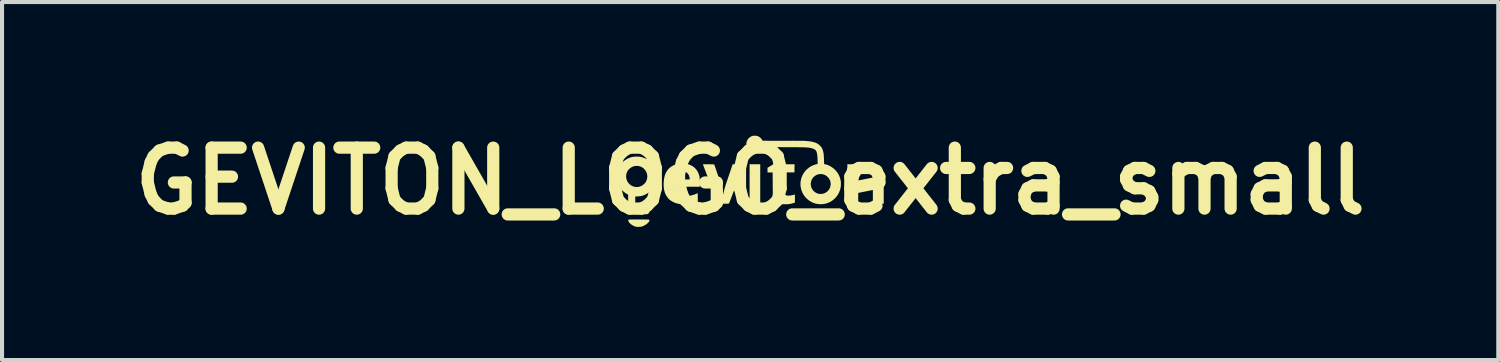
<source format=kicad_pcb>
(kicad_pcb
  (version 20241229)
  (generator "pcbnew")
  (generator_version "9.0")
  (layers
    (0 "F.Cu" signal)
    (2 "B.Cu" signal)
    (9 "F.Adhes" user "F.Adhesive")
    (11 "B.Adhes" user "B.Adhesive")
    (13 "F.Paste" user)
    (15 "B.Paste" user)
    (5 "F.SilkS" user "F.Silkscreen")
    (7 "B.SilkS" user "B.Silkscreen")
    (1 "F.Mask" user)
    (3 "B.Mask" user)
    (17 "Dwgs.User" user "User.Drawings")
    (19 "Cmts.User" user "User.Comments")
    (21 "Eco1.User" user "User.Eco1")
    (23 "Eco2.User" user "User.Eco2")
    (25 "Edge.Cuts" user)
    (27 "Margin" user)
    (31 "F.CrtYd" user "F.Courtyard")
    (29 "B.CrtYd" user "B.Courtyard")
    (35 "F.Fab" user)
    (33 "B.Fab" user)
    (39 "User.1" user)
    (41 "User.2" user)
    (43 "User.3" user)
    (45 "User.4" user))
  (footprint "GEVITON_LOGO_extra_small"
    (layer "F.Cu")
    (at 15.407 1.404)
    (property "Reference" "GEVITON_LOGO_extra_small" (at 0 0 0) (layer "F.SilkS") (effects (font (size 1.5 1.5) (thickness 0.3))))
    (attr board_only exclude_from_pos_files exclude_from_bom)
    (fp_poly (pts (xy 0.248 0.073) (xy 0.248 0.558) (xy 0.117 0.558) (xy -0.014 0.558) (xy -0.014 0.073) (xy -0.014 -0.413) (xy 0.117 -0.413) (xy 0.248 -0.413)) (stroke (width 0) (type solid)) (fill yes) (layer "F.SilkS"))
    (fp_poly (pts (xy -2.819 0.945) (xy -2.766 0.945) (xy -2.748 0.945) (xy -2.701 0.946) (xy -2.657 0.946) (xy -2.616 0.946) (xy -2.58 0.947) (xy -2.548 0.947) (xy -2.524 0.948) (xy -2.506 0.948) (xy -2.497 0.949) (xy -2.496 0.949) (xy -2.483 0.954) (xy -2.477 0.964) (xy -2.479 0.979) (xy -2.485 0.991) (xy -2.499 1.014) (xy -2.522 1.037) (xy -2.55 1.06) (xy -2.583 1.082) (xy -2.619 1.101) (xy -2.65 1.114) (xy -2.669 1.12) (xy -2.688 1.124) (xy -2.709 1.126) (xy -2.735 1.128) (xy -2.759 1.128) (xy -2.781 1.128) (xy -2.798 1.126) (xy -2.806 1.125) (xy -2.848 1.112) (xy -2.891 1.091) (xy -2.933 1.063) (xy -2.941 1.056) (xy -2.968 1.031) (xy -2.987 1.007) (xy -2.998 0.984) (xy -2.999 0.977) (xy -3 0.97) (xy -3 0.964) (xy -3 0.959) (xy -2.997 0.955) (xy -2.992 0.952) (xy -2.983 0.949) (xy -2.97 0.948) (xy -2.952 0.946) (xy -2.929 0.946) (xy -2.899 0.945) (xy -2.863 0.945)) (stroke (width 0) (type solid)) (fill yes) (layer "F.SilkS"))
    (fp_poly (pts (xy 0.82 -0.516) (xy 0.82 -0.413) (xy 0.956 -0.413) (xy 1.093 -0.413) (xy 1.091 -0.313) (xy 1.09 -0.213) (xy 0.955 -0.212) (xy 0.82 -0.211) (xy 0.821 0.036) (xy 0.821 0.091) (xy 0.821 0.137) (xy 0.821 0.176) (xy 0.821 0.207) (xy 0.821 0.232) (xy 0.822 0.252) (xy 0.823 0.268) (xy 0.824 0.279) (xy 0.825 0.288) (xy 0.826 0.295) (xy 0.828 0.3) (xy 0.829 0.303) (xy 0.845 0.327) (xy 0.868 0.344) (xy 0.897 0.355) (xy 0.933 0.36) (xy 0.976 0.358) (xy 1.026 0.35) (xy 1.049 0.344) (xy 1.069 0.339) (xy 1.085 0.336) (xy 1.095 0.333) (xy 1.098 0.333) (xy 1.099 0.337) (xy 1.1 0.35) (xy 1.101 0.369) (xy 1.101 0.393) (xy 1.102 0.421) (xy 1.102 0.431) (xy 1.102 0.528) (xy 1.084 0.536) (xy 1.062 0.544) (xy 1.034 0.552) (xy 1.002 0.559) (xy 0.972 0.565) (xy 0.96 0.567) (xy 0.937 0.569) (xy 0.908 0.571) (xy 0.877 0.571) (xy 0.844 0.571) (xy 0.814 0.57) (xy 0.789 0.569) (xy 0.775 0.567) (xy 0.747 0.56) (xy 0.717 0.551) (xy 0.69 0.54) (xy 0.667 0.528) (xy 0.664 0.526) (xy 0.631 0.497) (xy 0.602 0.461) (xy 0.58 0.419) (xy 0.564 0.375) (xy 0.563 0.368) (xy 0.561 0.359) (xy 0.56 0.349) (xy 0.559 0.336) (xy 0.558 0.319) (xy 0.557 0.298) (xy 0.557 0.272) (xy 0.556 0.24) (xy 0.556 0.201) (xy 0.555 0.156) (xy 0.555 0.101) (xy 0.555 0.067) (xy 0.553 -0.211) (xy 0.49 -0.211) (xy 0.427 -0.211) (xy 0.427 -0.268) (xy 0.427 -0.326) (xy 0.499 -0.37) (xy 0.571 -0.414) (xy 0.588 -0.456) (xy 0.596 -0.478) (xy 0.606 -0.505) (xy 0.617 -0.534) (xy 0.626 -0.559) (xy 0.649 -0.619) (xy 0.735 -0.619) (xy 0.82 -0.619)) (stroke (width 0) (type solid)) (fill yes) (layer "F.SilkS"))
    (fp_poly (pts (xy 2.988 -0.428) (xy 3.026 -0.423) (xy 3.052 -0.418) (xy 3.106 -0.399) (xy 3.153 -0.375) (xy 3.192 -0.344) (xy 3.225 -0.307) (xy 3.251 -0.265) (xy 3.261 -0.241) (xy 3.265 -0.229) (xy 3.269 -0.216) (xy 3.273 -0.204) (xy 3.276 -0.19) (xy 3.278 -0.175) (xy 3.28 -0.157) (xy 3.282 -0.136) (xy 3.283 -0.111) (xy 3.284 -0.082) (xy 3.285 -0.047) (xy 3.286 -0.007) (xy 3.286 0.041) (xy 3.286 0.095) (xy 3.286 0.158) (xy 3.286 0.217) (xy 3.286 0.558) (xy 3.153 0.558) (xy 3.019 0.558) (xy 3.019 0.251) (xy 3.019 0.188) (xy 3.019 0.134) (xy 3.019 0.088) (xy 3.019 0.049) (xy 3.018 0.017) (xy 3.018 -0.01) (xy 3.017 -0.032) (xy 3.016 -0.049) (xy 3.015 -0.063) (xy 3.014 -0.074) (xy 3.013 -0.083) (xy 3.012 -0.09) (xy 3 -0.13) (xy 2.983 -0.162) (xy 2.962 -0.186) (xy 2.935 -0.203) (xy 2.903 -0.212) (xy 2.864 -0.216) (xy 2.862 -0.216) (xy 2.818 -0.212) (xy 2.779 -0.202) (xy 2.747 -0.185) (xy 2.72 -0.16) (xy 2.699 -0.128) (xy 2.687 -0.103) (xy 2.682 -0.09) (xy 2.678 -0.077) (xy 2.674 -0.065) (xy 2.671 -0.052) (xy 2.668 -0.037) (xy 2.666 -0.02) (xy 2.664 0.000036) (xy 2.663 0.024) (xy 2.662 0.053) (xy 2.661 0.087) (xy 2.661 0.128) (xy 2.66 0.176) (xy 2.66 0.231) (xy 2.659 0.275) (xy 2.658 0.558) (xy 2.524 0.558) (xy 2.391 0.558) (xy 2.391 0.073) (xy 2.391 -0.413) (xy 2.493 -0.413) (xy 2.596 -0.413) (xy 2.604 -0.383) (xy 2.613 -0.351) (xy 2.62 -0.326) (xy 2.626 -0.309) (xy 2.63 -0.298) (xy 2.634 -0.292) (xy 2.637 -0.291) (xy 2.643 -0.294) (xy 2.652 -0.303) (xy 2.656 -0.308) (xy 2.686 -0.342) (xy 2.719 -0.369) (xy 2.758 -0.391) (xy 2.804 -0.41) (xy 2.833 -0.418) (xy 2.866 -0.425) (xy 2.905 -0.428) (xy 2.947 -0.429)) (stroke (width 0) (type solid)) (fill yes) (layer "F.SilkS"))
    (fp_poly (pts (xy -1.044 -0.413) (xy -1.013 -0.412) (xy -0.982 -0.412) (xy -0.954 -0.411) (xy -0.928 -0.411) (xy -0.907 -0.41) (xy -0.892 -0.409) (xy -0.885 -0.409) (xy -0.884 -0.408) (xy -0.882 -0.403) (xy -0.877 -0.39) (xy -0.87 -0.37) (xy -0.861 -0.344) (xy -0.85 -0.312) (xy -0.838 -0.276) (xy -0.825 -0.237) (xy -0.811 -0.196) (xy -0.796 -0.153) (xy -0.781 -0.109) (xy -0.766 -0.066) (xy -0.752 -0.024) (xy -0.739 0.016) (xy -0.726 0.053) (xy -0.715 0.086) (xy -0.712 0.095) (xy -0.691 0.163) (xy -0.676 0.226) (xy -0.665 0.285) (xy -0.663 0.305) (xy -0.66 0.32) (xy -0.658 0.327) (xy -0.655 0.324) (xy -0.653 0.314) (xy -0.652 0.298) (xy -0.65 0.275) (xy -0.644 0.243) (xy -0.635 0.206) (xy -0.623 0.162) (xy -0.608 0.114) (xy -0.6 0.089) (xy -0.585 0.044) (xy -0.569 -0.003) (xy -0.553 -0.052) (xy -0.536 -0.101) (xy -0.52 -0.149) (xy -0.504 -0.196) (xy -0.489 -0.239) (xy -0.476 -0.278) (xy -0.465 -0.312) (xy -0.455 -0.34) (xy -0.448 -0.36) (xy -0.447 -0.364) (xy -0.43 -0.413) (xy -0.292 -0.413) (xy -0.258 -0.412) (xy -0.226 -0.412) (xy -0.199 -0.412) (xy -0.177 -0.411) (xy -0.162 -0.41) (xy -0.155 -0.409) (xy -0.155 -0.409) (xy -0.156 -0.404) (xy -0.159 -0.394) (xy -0.165 -0.378) (xy -0.174 -0.355) (xy -0.185 -0.324) (xy -0.2 -0.285) (xy -0.203 -0.277) (xy -0.219 -0.233) (xy -0.237 -0.186) (xy -0.257 -0.136) (xy -0.277 -0.083) (xy -0.298 -0.028) (xy -0.319 0.028) (xy -0.341 0.084) (xy -0.362 0.14) (xy -0.383 0.196) (xy -0.404 0.249) (xy -0.423 0.301) (xy -0.442 0.35) (xy -0.459 0.395) (xy -0.474 0.435) (xy -0.488 0.471) (xy -0.499 0.5) (xy -0.508 0.524) (xy -0.515 0.54) (xy -0.518 0.549) (xy -0.518 0.55) (xy -0.52 0.552) (xy -0.523 0.554) (xy -0.529 0.555) (xy -0.539 0.556) (xy -0.553 0.557) (xy -0.573 0.558) (xy -0.6 0.558) (xy -0.635 0.558) (xy -0.657 0.558) (xy -0.792 0.558) (xy -0.797 0.547) (xy -0.801 0.537) (xy -0.808 0.521) (xy -0.816 0.5) (xy -0.825 0.477) (xy -0.834 0.453) (xy -0.843 0.43) (xy -0.85 0.411) (xy -0.856 0.396) (xy -0.858 0.389) (xy -0.861 0.38) (xy -0.867 0.364) (xy -0.874 0.345) (xy -0.878 0.335) (xy -0.888 0.309) (xy -0.901 0.277) (xy -0.915 0.24) (xy -0.93 0.199) (xy -0.948 0.154) (xy -0.966 0.107) (xy -0.984 0.058) (xy -1.004 0.007) (xy -1.023 -0.043) (xy -1.042 -0.094) (xy -1.061 -0.143) (xy -1.079 -0.19) (xy -1.096 -0.235) (xy -1.112 -0.277) (xy -1.126 -0.314) (xy -1.138 -0.346) (xy -1.148 -0.373) (xy -1.156 -0.393) (xy -1.161 -0.406) (xy -1.163 -0.411) (xy -1.163 -0.411) (xy -1.158 -0.412) (xy -1.146 -0.412) (xy -1.127 -0.413) (xy -1.103 -0.413) (xy -1.075 -0.413)) (stroke (width 0) (type solid)) (fill yes) (layer "F.SilkS"))
    (fp_poly (pts (xy -1.669 -0.428) (xy -1.624 -0.428) (xy -1.587 -0.425) (xy -1.553 -0.42) (xy -1.522 -0.412) (xy -1.49 -0.402) (xy -1.47 -0.393) (xy -1.419 -0.367) (xy -1.374 -0.334) (xy -1.334 -0.293) (xy -1.3 -0.246) (xy -1.273 -0.193) (xy -1.253 -0.135) (xy -1.252 -0.131) (xy -1.248 -0.117) (xy -1.246 -0.103) (xy -1.244 -0.088) (xy -1.242 -0.069) (xy -1.241 -0.046) (xy -1.24 -0.016) (xy -1.239 0.021) (xy -1.239 0.025) (xy -1.237 0.141) (xy -1.549 0.141) (xy -1.862 0.141) (xy -1.859 0.163) (xy -1.848 0.213) (xy -1.831 0.257) (xy -1.807 0.294) (xy -1.776 0.325) (xy -1.74 0.349) (xy -1.711 0.362) (xy -1.698 0.366) (xy -1.687 0.369) (xy -1.674 0.371) (xy -1.657 0.372) (xy -1.636 0.372) (xy -1.607 0.372) (xy -1.603 0.372) (xy -1.569 0.372) (xy -1.541 0.37) (xy -1.517 0.368) (xy -1.494 0.365) (xy -1.477 0.361) (xy -1.448 0.354) (xy -1.416 0.345) (xy -1.384 0.335) (xy -1.354 0.325) (xy -1.329 0.315) (xy -1.317 0.309) (xy -1.304 0.303) (xy -1.296 0.3) (xy -1.294 0.3) (xy -1.292 0.305) (xy -1.291 0.319) (xy -1.29 0.342) (xy -1.289 0.374) (xy -1.289 0.402) (xy -1.289 0.505) (xy -1.302 0.511) (xy -1.357 0.533) (xy -1.417 0.551) (xy -1.479 0.563) (xy -1.506 0.567) (xy -1.53 0.569) (xy -1.561 0.57) (xy -1.595 0.571) (xy -1.631 0.571) (xy -1.665 0.571) (xy -1.697 0.57) (xy -1.722 0.568) (xy -1.733 0.567) (xy -1.788 0.556) (xy -1.842 0.539) (xy -1.894 0.516) (xy -1.942 0.489) (xy -1.985 0.457) (xy -2.02 0.422) (xy -2.025 0.415) (xy -2.058 0.37) (xy -2.084 0.322) (xy -2.103 0.272) (xy -2.117 0.217) (xy -2.126 0.156) (xy -2.129 0.089) (xy -2.129 0.077) (xy -2.125 -0.001) (xy -2.12 -0.038) (xy -1.852 -0.038) (xy -1.669 -0.038) (xy -1.623 -0.038) (xy -1.585 -0.038) (xy -1.555 -0.038) (xy -1.531 -0.038) (xy -1.514 -0.039) (xy -1.501 -0.04) (xy -1.493 -0.041) (xy -1.489 -0.042) (xy -1.487 -0.044) (xy -1.486 -0.045) (xy -1.488 -0.064) (xy -1.492 -0.088) (xy -1.499 -0.113) (xy -1.506 -0.136) (xy -1.51 -0.144) (xy -1.529 -0.177) (xy -1.556 -0.204) (xy -1.588 -0.224) (xy -1.589 -0.224) (xy -1.601 -0.23) (xy -1.613 -0.233) (xy -1.626 -0.235) (xy -1.643 -0.236) (xy -1.666 -0.237) (xy -1.669 -0.237) (xy -1.693 -0.236) (xy -1.71 -0.236) (xy -1.723 -0.234) (xy -1.735 -0.23) (xy -1.747 -0.225) (xy -1.749 -0.224) (xy -1.774 -0.208) (xy -1.799 -0.186) (xy -1.819 -0.161) (xy -1.828 -0.146) (xy -1.836 -0.127) (xy -1.843 -0.104) (xy -1.849 -0.079) (xy -1.852 -0.058) (xy -1.852 -0.053) (xy -1.852 -0.038) (xy -2.12 -0.038) (xy -2.115 -0.074) (xy -2.099 -0.139) (xy -2.076 -0.199) (xy -2.045 -0.251) (xy -2.009 -0.298) (xy -1.965 -0.338) (xy -1.915 -0.371) (xy -1.863 -0.397) (xy -1.829 -0.409) (xy -1.795 -0.418) (xy -1.759 -0.424) (xy -1.718 -0.427) (xy -1.67 -0.428)) (stroke (width 0) (type solid)) (fill yes) (layer "F.SilkS"))
    (fp_poly (pts (xy -2.323 -0.607) (xy -2.313 -0.603) (xy -2.312 -0.603) (xy -2.29 -0.586) (xy -2.275 -0.565) (xy -2.268 -0.54) (xy -2.27 -0.514) (xy -2.275 -0.498) (xy -2.285 -0.484) (xy -2.3 -0.471) (xy -2.321 -0.459) (xy -2.351 -0.447) (xy -2.356 -0.445) (xy -2.376 -0.437) (xy -2.393 -0.431) (xy -2.404 -0.426) (xy -2.408 -0.425) (xy -2.407 -0.42) (xy -2.4 -0.41) (xy -2.391 -0.396) (xy -2.382 -0.382) (xy -2.349 -0.324) (xy -2.325 -0.264) (xy -2.309 -0.203) (xy -2.301 -0.141) (xy -2.302 -0.079) (xy -2.31 -0.017) (xy -2.325 0.043) (xy -2.348 0.1) (xy -2.378 0.154) (xy -2.415 0.205) (xy -2.459 0.251) (xy -2.509 0.291) (xy -2.565 0.325) (xy -2.576 0.331) (xy -2.621 0.351) (xy -2.664 0.365) (xy -2.707 0.373) (xy -2.754 0.378) (xy -2.765 0.379) (xy -2.827 0.381) (xy -2.827 0.521) (xy -2.827 0.661) (xy -2.683 0.661) (xy -2.642 0.661) (xy -2.609 0.661) (xy -2.584 0.661) (xy -2.565 0.662) (xy -2.551 0.663) (xy -2.54 0.664) (xy -2.532 0.666) (xy -2.525 0.668) (xy -2.519 0.671) (xy -2.517 0.672) (xy -2.499 0.684) (xy -2.486 0.702) (xy -2.486 0.703) (xy -2.477 0.729) (xy -2.477 0.754) (xy -2.485 0.777) (xy -2.5 0.796) (xy -2.522 0.81) (xy -2.539 0.816) (xy -2.548 0.817) (xy -2.565 0.818) (xy -2.589 0.818) (xy -2.619 0.819) (xy -2.652 0.819) (xy -2.689 0.82) (xy -2.727 0.82) (xy -2.766 0.82) (xy -2.804 0.819) (xy -2.839 0.819) (xy -2.872 0.819) (xy -2.899 0.818) (xy -2.92 0.817) (xy -2.934 0.816) (xy -2.939 0.816) (xy -2.963 0.805) (xy -2.984 0.787) (xy -2.988 0.781) (xy -2.991 0.778) (xy -2.993 0.774) (xy -2.994 0.768) (xy -2.995 0.761) (xy -2.996 0.75) (xy -2.997 0.735) (xy -2.998 0.715) (xy -2.999 0.69) (xy -2.999 0.658) (xy -3 0.619) (xy -3 0.571) (xy -3 0.552) (xy -3.003 0.337) (xy -3.024 0.325) (xy -3.083 0.287) (xy -3.135 0.243) (xy -3.18 0.194) (xy -3.217 0.14) (xy -3.247 0.081) (xy -3.269 0.018) (xy -3.279 -0.03) (xy -3.286 -0.097) (xy -3.285 -0.116) (xy -3.052 -0.116) (xy -3.048 -0.068) (xy -3.035 -0.022) (xy -3.015 0.021) (xy -2.987 0.059) (xy -2.952 0.092) (xy -2.943 0.099) (xy -2.899 0.124) (xy -2.853 0.141) (xy -2.806 0.148) (xy -2.758 0.146) (xy -2.718 0.138) (xy -2.681 0.123) (xy -2.644 0.101) (xy -2.61 0.074) (xy -2.582 0.044) (xy -2.563 0.015) (xy -2.544 -0.03) (xy -2.533 -0.076) (xy -2.531 -0.122) (xy -2.536 -0.166) (xy -2.549 -0.209) (xy -2.569 -0.248) (xy -2.595 -0.284) (xy -2.627 -0.315) (xy -2.665 -0.341) (xy -2.707 -0.36) (xy -2.755 -0.371) (xy -2.801 -0.373) (xy -2.847 -0.367) (xy -2.89 -0.354) (xy -2.93 -0.333) (xy -2.967 -0.305) (xy -2.998 -0.273) (xy -3.023 -0.235) (xy -3.04 -0.193) (xy -3.047 -0.165) (xy -3.052 -0.116) (xy -3.285 -0.116) (xy -3.283 -0.163) (xy -3.272 -0.227) (xy -3.253 -0.289) (xy -3.226 -0.347) (xy -3.191 -0.402) (xy -3.15 -0.451) (xy -3.102 -0.495) (xy -3.047 -0.533) (xy -3.017 -0.55) (xy -2.965 -0.573) (xy -2.914 -0.589) (xy -2.859 -0.598) (xy -2.801 -0.602) (xy -2.789 -0.602) (xy -2.757 -0.601) (xy -2.728 -0.599) (xy -2.701 -0.595) (xy -2.673 -0.589) (xy -2.644 -0.58) (xy -2.611 -0.568) (xy -2.571 -0.552) (xy -2.562 -0.548) (xy -2.556 -0.547) (xy -2.55 -0.546) (xy -2.542 -0.547) (xy -2.531 -0.55) (xy -2.515 -0.554) (xy -2.494 -0.562) (xy -2.465 -0.572) (xy -2.455 -0.576) (xy -2.418 -0.589) (xy -2.389 -0.598) (xy -2.367 -0.605) (xy -2.349 -0.608) (xy -2.335 -0.609)) (stroke (width 0) (type solid)) (fill yes) (layer "F.SilkS"))
    (fp_poly (pts (xy 0.144 -1.114) (xy 0.179 -1.107) (xy 0.211 -1.093) (xy 0.239 -1.075) (xy 0.252 -1.064) (xy 0.267 -1.049) (xy 0.281 -1.032) (xy 0.293 -1.016) (xy 0.301 -1.002) (xy 0.305 -0.993) (xy 0.305 -0.993) (xy 0.309 -0.992) (xy 0.323 -0.992) (xy 0.345 -0.991) (xy 0.376 -0.991) (xy 0.414 -0.991) (xy 0.46 -0.99) (xy 0.513 -0.99) (xy 0.573 -0.99) (xy 0.639 -0.99) (xy 0.712 -0.99) (xy 0.79 -0.99) (xy 0.81 -0.99) (xy 0.897 -0.99) (xy 0.975 -0.99) (xy 1.044 -0.991) (xy 1.106 -0.99) (xy 1.16 -0.99) (xy 1.208 -0.99) (xy 1.249 -0.99) (xy 1.283 -0.989) (xy 1.313 -0.989) (xy 1.337 -0.988) (xy 1.357 -0.987) (xy 1.373 -0.986) (xy 1.381 -0.985) (xy 1.444 -0.979) (xy 1.499 -0.971) (xy 1.546 -0.961) (xy 1.588 -0.95) (xy 1.624 -0.936) (xy 1.656 -0.92) (xy 1.684 -0.9) (xy 1.711 -0.878) (xy 1.716 -0.872) (xy 1.736 -0.852) (xy 1.751 -0.833) (xy 1.763 -0.813) (xy 1.771 -0.797) (xy 1.782 -0.773) (xy 1.79 -0.749) (xy 1.797 -0.724) (xy 1.803 -0.696) (xy 1.808 -0.665) (xy 1.811 -0.628) (xy 1.814 -0.585) (xy 1.816 -0.535) (xy 1.817 -0.515) (xy 1.82 -0.418) (xy 1.854 -0.41) (xy 1.914 -0.392) (xy 1.972 -0.365) (xy 2.027 -0.329) (xy 2.079 -0.285) (xy 2.103 -0.261) (xy 2.145 -0.21) (xy 2.179 -0.155) (xy 2.204 -0.096) (xy 2.222 -0.036) (xy 2.232 0.027) (xy 2.233 0.089) (xy 2.227 0.152) (xy 2.213 0.214) (xy 2.191 0.274) (xy 2.162 0.331) (xy 2.124 0.384) (xy 2.085 0.427) (xy 2.033 0.472) (xy 1.977 0.509) (xy 1.917 0.537) (xy 1.854 0.557) (xy 1.788 0.568) (xy 1.72 0.57) (xy 1.659 0.565) (xy 1.596 0.551) (xy 1.535 0.529) (xy 1.477 0.498) (xy 1.424 0.461) (xy 1.376 0.416) (xy 1.333 0.366) (xy 1.298 0.31) (xy 1.286 0.287) (xy 1.261 0.225) (xy 1.246 0.162) (xy 1.238 0.099) (xy 1.239 0.073) (xy 1.491 0.073) (xy 1.495 0.12) (xy 1.508 0.165) (xy 1.529 0.205) (xy 1.557 0.241) (xy 1.591 0.272) (xy 1.632 0.296) (xy 1.675 0.312) (xy 1.704 0.317) (xy 1.737 0.318) (xy 1.772 0.315) (xy 1.805 0.309) (xy 1.825 0.302) (xy 1.867 0.28) (xy 1.904 0.252) (xy 1.934 0.218) (xy 1.957 0.179) (xy 1.973 0.137) (xy 1.981 0.092) (xy 1.98 0.045) (xy 1.979 0.035) (xy 1.967 -0.009) (xy 1.947 -0.05) (xy 1.92 -0.087) (xy 1.887 -0.119) (xy 1.849 -0.144) (xy 1.807 -0.161) (xy 1.776 -0.169) (xy 1.73 -0.172) (xy 1.685 -0.167) (xy 1.643 -0.154) (xy 1.604 -0.134) (xy 1.57 -0.107) (xy 1.54 -0.075) (xy 1.517 -0.038) (xy 1.501 0.004) (xy 1.492 0.049) (xy 1.491 0.073) (xy 1.239 0.073) (xy 1.239 0.036) (xy 1.248 -0.025) (xy 1.264 -0.085) (xy 1.288 -0.143) (xy 1.318 -0.197) (xy 1.356 -0.247) (xy 1.399 -0.292) (xy 1.448 -0.332) (xy 1.503 -0.366) (xy 1.563 -0.393) (xy 1.6 -0.405) (xy 1.62 -0.411) (xy 1.637 -0.415) (xy 1.649 -0.417) (xy 1.651 -0.417) (xy 1.654 -0.418) (xy 1.657 -0.419) (xy 1.658 -0.423) (xy 1.659 -0.431) (xy 1.66 -0.443) (xy 1.66 -0.461) (xy 1.659 -0.486) (xy 1.658 -0.519) (xy 1.658 -0.524) (xy 1.656 -0.58) (xy 1.652 -0.629) (xy 1.647 -0.669) (xy 1.639 -0.702) (xy 1.629 -0.73) (xy 1.615 -0.752) (xy 1.598 -0.77) (xy 1.576 -0.784) (xy 1.55 -0.796) (xy 1.52 -0.805) (xy 1.507 -0.808) (xy 1.493 -0.812) (xy 1.479 -0.815) (xy 1.465 -0.817) (xy 1.45 -0.82) (xy 1.435 -0.822) (xy 1.417 -0.824) (xy 1.397 -0.825) (xy 1.374 -0.827) (xy 1.348 -0.828) (xy 1.317 -0.829) (xy 1.282 -0.83) (xy 1.242 -0.83) (xy 1.196 -0.831) (xy 1.143 -0.832) (xy 1.084 -0.832) (xy 1.017 -0.832) (xy 0.942 -0.833) (xy 0.859 -0.833) (xy 0.834 -0.833) (xy 0.31 -0.835) (xy 0.298 -0.812) (xy 0.275 -0.777) (xy 0.247 -0.749) (xy 0.213 -0.726) (xy 0.176 -0.711) (xy 0.136 -0.703) (xy 0.095 -0.702) (xy 0.054 -0.71) (xy 0.021 -0.722) (xy -0.015 -0.744) (xy -0.045 -0.772) (xy -0.067 -0.804) (xy -0.083 -0.838) (xy -0.092 -0.875) (xy -0.095 -0.913) (xy -0.09 -0.951) (xy -0.079 -0.988) (xy -0.061 -1.022) (xy -0.036 -1.054) (xy -0.004 -1.08) (xy 0.023 -1.096) (xy 0.04 -1.104) (xy 0.055 -1.11) (xy 0.069 -1.113) (xy 0.087 -1.114) (xy 0.104 -1.115)) (stroke (width 0) (type solid)) (fill yes) (layer "F.SilkS")))
  (gr_rect
    (start -3 -3)
    (end 33.814 5.808)
    (stroke (width 0.1) (type default))
    (fill no)
    (layer "Edge.Cuts")))
</source>
